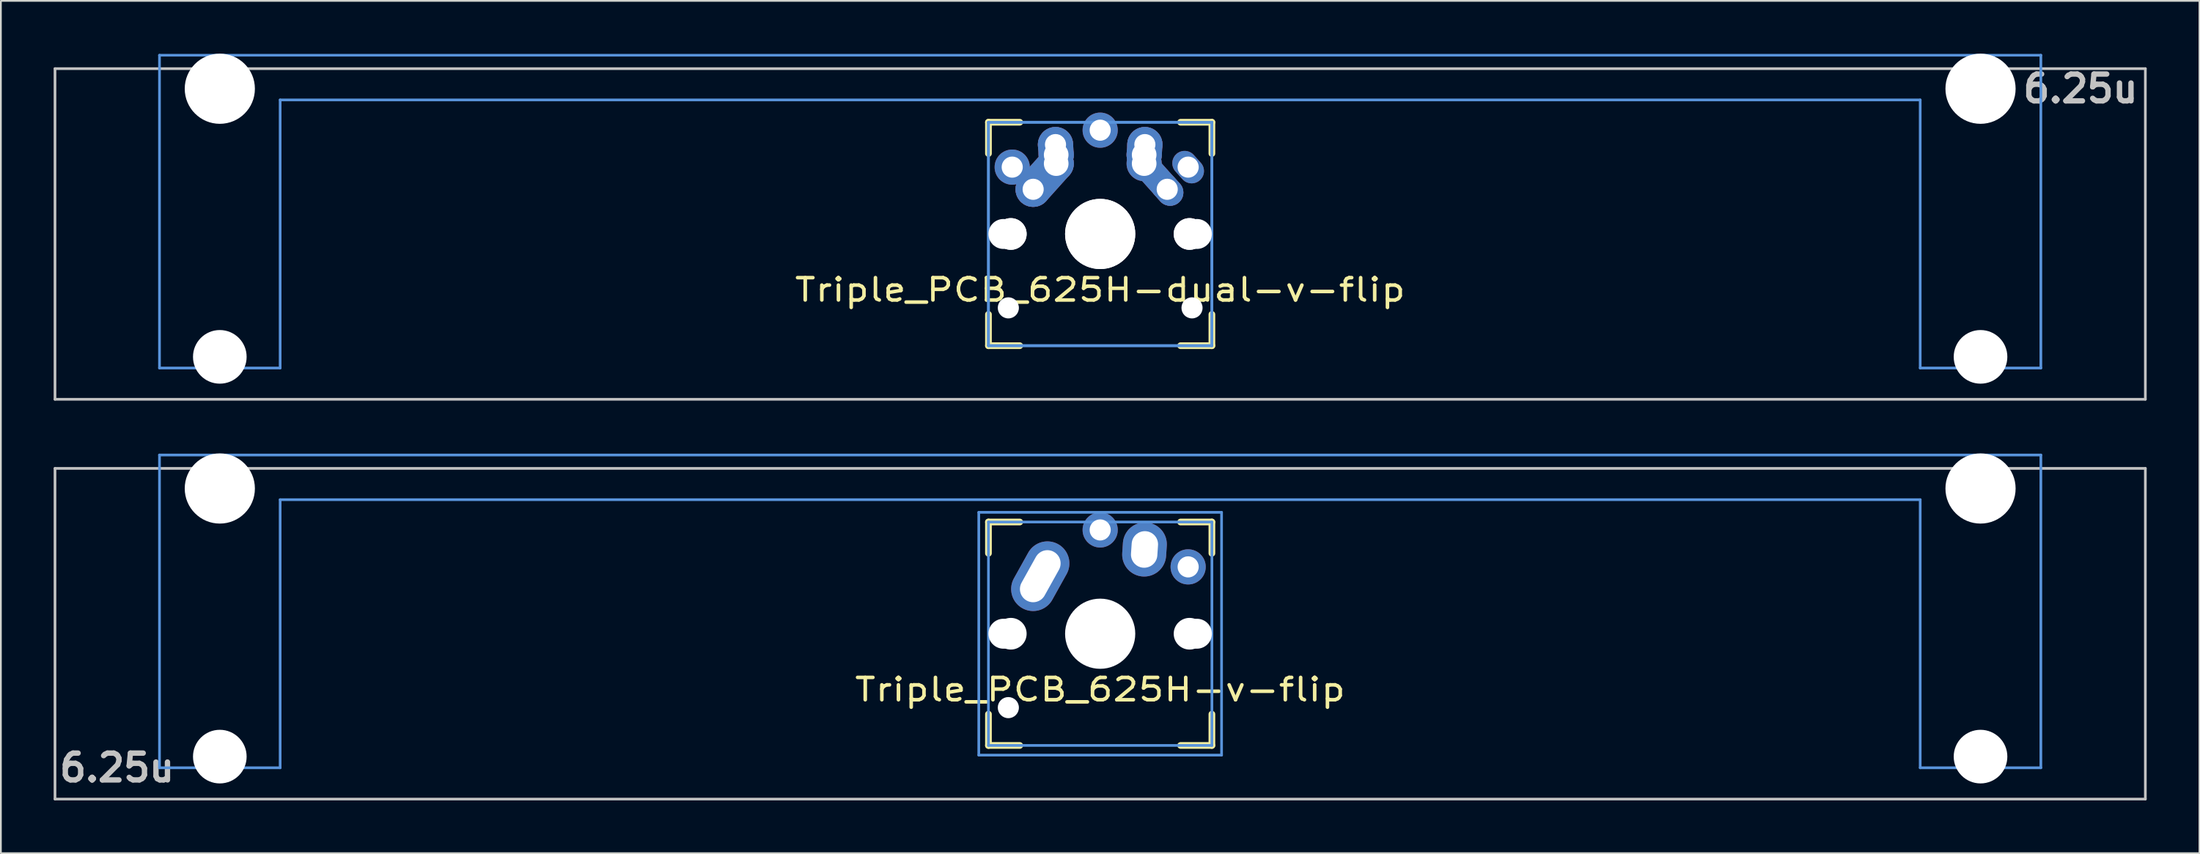
<source format=kicad_pcb>
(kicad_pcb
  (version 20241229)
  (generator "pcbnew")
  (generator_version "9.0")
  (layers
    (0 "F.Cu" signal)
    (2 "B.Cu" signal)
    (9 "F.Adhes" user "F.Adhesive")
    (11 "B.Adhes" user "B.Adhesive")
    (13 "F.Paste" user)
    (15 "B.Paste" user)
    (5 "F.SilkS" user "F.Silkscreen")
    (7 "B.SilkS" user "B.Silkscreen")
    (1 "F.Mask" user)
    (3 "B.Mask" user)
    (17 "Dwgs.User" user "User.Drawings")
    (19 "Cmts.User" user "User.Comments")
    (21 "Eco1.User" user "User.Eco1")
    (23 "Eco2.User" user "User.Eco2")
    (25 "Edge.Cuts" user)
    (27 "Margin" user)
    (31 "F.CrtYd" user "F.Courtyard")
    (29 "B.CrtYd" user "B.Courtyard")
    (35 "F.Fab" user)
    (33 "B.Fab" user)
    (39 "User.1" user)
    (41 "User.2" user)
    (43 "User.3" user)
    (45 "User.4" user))
  (footprint "Triple_PCB_625H-v-flip"
    (layer "F.Cu")
    (at 59.482 32.972)
    (property "Reference" "Triple_PCB_625H-v-flip" (at 0 3.175 0) (layer "F.SilkS") (effects (font (size 1.27 1.524) (thickness 0.203))))
    (attr through_hole)
    (fp_line (start -6.35 -6.35) (end -4.572 -6.35) (stroke (width 0.381) (type solid)) (layer "F.SilkS"))
    (fp_line (start -6.35 -4.572) (end -6.35 -6.35) (stroke (width 0.381) (type solid)) (layer "F.SilkS"))
    (fp_line (start -6.35 6.35) (end -6.35 4.572) (stroke (width 0.381) (type solid)) (layer "F.SilkS"))
    (fp_line (start -4.572 6.35) (end -6.35 6.35) (stroke (width 0.381) (type solid)) (layer "F.SilkS"))
    (fp_line (start 4.572 -6.35) (end 6.35 -6.35) (stroke (width 0.381) (type solid)) (layer "F.SilkS"))
    (fp_line (start 6.35 -6.35) (end 6.35 -4.572) (stroke (width 0.381) (type solid)) (layer "F.SilkS"))
    (fp_line (start 6.35 4.572) (end 6.35 6.35) (stroke (width 0.381) (type solid)) (layer "F.SilkS"))
    (fp_line (start 6.35 6.35) (end 4.572 6.35) (stroke (width 0.381) (type solid)) (layer "F.SilkS"))
    (fp_line (start -59.406 -9.398) (end 59.406 -9.398) (stroke (width 0.152) (type solid)) (layer "Dwgs.User"))
    (fp_line (start -59.406 9.398) (end -59.406 -9.398) (stroke (width 0.152) (type solid)) (layer "Dwgs.User"))
    (fp_line (start 59.406 -9.398) (end 59.406 9.398) (stroke (width 0.152) (type solid)) (layer "Dwgs.User"))
    (fp_line (start 59.406 9.398) (end -59.406 9.398) (stroke (width 0.152) (type solid)) (layer "Dwgs.User"))
    (fp_line (start -53.467 -10.16) (end -53.467 7.62) (stroke (width 0.152) (type solid)) (layer "Cmts.User"))
    (fp_line (start -53.467 7.62) (end -46.609 7.62) (stroke (width 0.152) (type solid)) (layer "Cmts.User"))
    (fp_line (start -46.609 -7.62) (end 46.609 -7.62) (stroke (width 0.152) (type solid)) (layer "Cmts.User"))
    (fp_line (start -46.609 7.62) (end -46.609 -7.62) (stroke (width 0.152) (type solid)) (layer "Cmts.User"))
    (fp_line (start -6.9 -6.9) (end 6.9 -6.9) (stroke (width 0.152) (type solid)) (layer "Cmts.User"))
    (fp_line (start -6.9 6.9) (end -6.9 -6.9) (stroke (width 0.152) (type solid)) (layer "Cmts.User"))
    (fp_line (start -6.35 -6.35) (end 6.35 -6.35) (stroke (width 0.152) (type solid)) (layer "Cmts.User"))
    (fp_line (start -6.35 6.35) (end -6.35 -6.35) (stroke (width 0.152) (type solid)) (layer "Cmts.User"))
    (fp_line (start 6.35 -6.35) (end 6.35 6.35) (stroke (width 0.152) (type solid)) (layer "Cmts.User"))
    (fp_line (start 6.35 6.35) (end -6.35 6.35) (stroke (width 0.152) (type solid)) (layer "Cmts.User"))
    (fp_line (start 6.9 -6.9) (end 6.9 6.9) (stroke (width 0.152) (type solid)) (layer "Cmts.User"))
    (fp_line (start 6.9 6.9) (end -6.9 6.9) (stroke (width 0.152) (type solid)) (layer "Cmts.User"))
    (fp_line (start 46.609 -7.62) (end 46.609 7.62) (stroke (width 0.152) (type solid)) (layer "Cmts.User"))
    (fp_line (start 46.609 7.62) (end 53.467 7.62) (stroke (width 0.152) (type solid)) (layer "Cmts.User"))
    (fp_line (start 53.467 -10.16) (end -53.467 -10.16) (stroke (width 0.152) (type solid)) (layer "Cmts.User"))
    (fp_line (start 53.467 7.62) (end 53.467 -10.16) (stroke (width 0.152) (type solid)) (layer "Cmts.User"))
    (fp_line (start -54.229 -0.508) (end -53.365 -0.508) (stroke (width 0.152) (type solid)) (layer "Eco2.User"))
    (fp_line (start -54.229 2.286) (end -54.229 -0.508) (stroke (width 0.152) (type solid)) (layer "Eco2.User"))
    (fp_line (start -53.365 -6.604) (end -52.324 -6.604) (stroke (width 0.152) (type solid)) (layer "Eco2.User"))
    (fp_line (start -53.365 -0.508) (end -53.365 -6.604) (stroke (width 0.152) (type solid)) (layer "Eco2.User"))
    (fp_line (start -53.365 2.286) (end -54.229 2.286) (stroke (width 0.152) (type solid)) (layer "Eco2.User"))
    (fp_line (start -53.365 5.69) (end -53.365 2.286) (stroke (width 0.152) (type solid)) (layer "Eco2.User"))
    (fp_line (start -52.324 -7.772) (end -47.752 -7.772) (stroke (width 0.152) (type solid)) (layer "Eco2.User"))
    (fp_line (start -52.324 -6.604) (end -52.324 -7.772) (stroke (width 0.152) (type solid)) (layer "Eco2.User"))
    (fp_line (start -47.752 -7.772) (end -47.752 -6.604) (stroke (width 0.152) (type solid)) (layer "Eco2.User"))
    (fp_line (start -47.752 -6.604) (end -46.711 -6.604) (stroke (width 0.152) (type solid)) (layer "Eco2.User"))
    (fp_line (start -46.711 -6.604) (end -46.711 -2.286) (stroke (width 0.152) (type solid)) (layer "Eco2.User"))
    (fp_line (start -46.711 -2.286) (end -6.985 -2.286) (stroke (width 0.152) (type solid)) (layer "Eco2.User"))
    (fp_line (start -46.711 2.286) (end -46.711 5.69) (stroke (width 0.152) (type solid)) (layer "Eco2.User"))
    (fp_line (start -46.711 5.69) (end -53.365 5.69) (stroke (width 0.152) (type solid)) (layer "Eco2.User"))
    (fp_line (start -7.5 -7.5) (end 7.5 -7.5) (stroke (width 0.152) (type solid)) (layer "Eco2.User"))
    (fp_line (start -7.5 7.5) (end -7.5 -7.5) (stroke (width 0.152) (type solid)) (layer "Eco2.User"))
    (fp_line (start -6.985 -6.985) (end 6.985 -6.985) (stroke (width 0.152) (type solid)) (layer "Eco2.User"))
    (fp_line (start -6.985 -2.286) (end -6.985 -6.985) (stroke (width 0.152) (type solid)) (layer "Eco2.User"))
    (fp_line (start -6.985 2.286) (end -46.711 2.286) (stroke (width 0.152) (type solid)) (layer "Eco2.User"))
    (fp_line (start -6.985 6.985) (end -6.985 2.286) (stroke (width 0.152) (type solid)) (layer "Eco2.User"))
    (fp_line (start 6.985 -6.985) (end 6.985 -2.286) (stroke (width 0.152) (type solid)) (layer "Eco2.User"))
    (fp_line (start 6.985 -2.286) (end 46.711 -2.286) (stroke (width 0.152) (type solid)) (layer "Eco2.User"))
    (fp_line (start 6.985 2.286) (end 6.985 6.985) (stroke (width 0.152) (type solid)) (layer "Eco2.User"))
    (fp_line (start 6.985 6.985) (end -6.985 6.985) (stroke (width 0.152) (type solid)) (layer "Eco2.User"))
    (fp_line (start 7.5 -7.5) (end 7.5 7.5) (stroke (width 0.152) (type solid)) (layer "Eco2.User"))
    (fp_line (start 7.5 7.5) (end -7.5 7.5) (stroke (width 0.152) (type solid)) (layer "Eco2.User"))
    (fp_line (start 46.711 -6.604) (end 47.752 -6.604) (stroke (width 0.152) (type solid)) (layer "Eco2.User"))
    (fp_line (start 46.711 -2.286) (end 46.711 -6.604) (stroke (width 0.152) (type solid)) (layer "Eco2.User"))
    (fp_line (start 46.711 2.286) (end 6.985 2.286) (stroke (width 0.152) (type solid)) (layer "Eco2.User"))
    (fp_line (start 46.711 5.69) (end 46.711 2.286) (stroke (width 0.152) (type solid)) (layer "Eco2.User"))
    (fp_line (start 47.752 -7.772) (end 52.324 -7.772) (stroke (width 0.152) (type solid)) (layer "Eco2.User"))
    (fp_line (start 47.752 -6.604) (end 47.752 -7.772) (stroke (width 0.152) (type solid)) (layer "Eco2.User"))
    (fp_line (start 52.324 -7.772) (end 52.324 -6.604) (stroke (width 0.152) (type solid)) (layer "Eco2.User"))
    (fp_line (start 52.324 -6.604) (end 53.365 -6.604) (stroke (width 0.152) (type solid)) (layer "Eco2.User"))
    (fp_line (start 53.365 -6.604) (end 53.365 -0.508) (stroke (width 0.152) (type solid)) (layer "Eco2.User"))
    (fp_line (start 53.365 -0.508) (end 54.229 -0.508) (stroke (width 0.152) (type solid)) (layer "Eco2.User"))
    (fp_line (start 53.365 2.286) (end 53.365 5.69) (stroke (width 0.152) (type solid)) (layer "Eco2.User"))
    (fp_line (start 53.365 5.69) (end 46.711 5.69) (stroke (width 0.152) (type solid)) (layer "Eco2.User"))
    (fp_line (start 54.229 -0.508) (end 54.229 2.286) (stroke (width 0.152) (type solid)) (layer "Eco2.User"))
    (fp_line (start 54.229 2.286) (end 53.365 2.286) (stroke (width 0.152) (type solid)) (layer "Eco2.User"))
    (fp_text user "6.25u" (at -55.88 7.62 180) (layer "Dwgs.User") (effects (font (size 1.524 1.524) (thickness 0.305))))
    (pad "" np_thru_hole circle (at -50.038 -8.255 180) (size 3.988 3.988) (drill 3.988) (layers "*.Cu"))
    (pad "" np_thru_hole circle (at -50.038 6.985 180) (size 3.048 3.048) (drill 3.048) (layers "*.Cu"))
    (pad "" np_thru_hole circle (at -5.5 0) (size 1.7 1.7) (drill 1.7) (layers "*.Cu"))
    (pad "" np_thru_hole circle (at -5.22 4.2) (size 1.2 1.2) (drill 1.2) (layers "*.Cu"))
    (pad "" np_thru_hole circle (at -5.08 0) (size 1.8 1.8) (drill 1.8) (layers "*.Cu"))
    (pad "" np_thru_hole circle (at 0 0) (size 3.4 3.4) (drill 3.4) (layers "*.Cu"))
    (pad "" np_thru_hole circle (at 0 0) (size 3.988 3.988) (drill 3.988) (layers "*.Cu"))
    (pad "" np_thru_hole circle (at 5.08 0) (size 1.8 1.8) (drill 1.8) (layers "*.Cu"))
    (pad "" np_thru_hole circle (at 5.5 0) (size 1.7 1.7) (drill 1.7) (layers "*.Cu"))
    (pad "" np_thru_hole circle (at 50.038 -8.255 180) (size 3.988 3.988) (drill 3.988) (layers "*.Cu"))
    (pad "" np_thru_hole circle (at 50.038 6.985 180) (size 3.048 3.048) (drill 3.048) (layers "*.Cu"))
    (pad "1" thru_hole oval (at -3.405 -3.27 330.9) (size 2.5 4.17) (drill oval 1.5 3.17) (layers "*.Cu" "*.Mask"))
    (pad "1" thru_hole circle (at 0 -5.9) (size 2 2) (drill 1.2) (layers "*.Cu" "*.Mask"))
    (pad "2" thru_hole oval (at 2.52 -4.79 356.1) (size 2.5 3.08) (drill oval 1.5 2.08) (layers "*.Cu" "*.Mask"))
    (pad "2" thru_hole circle (at 5 -3.8 221.9) (size 2 2) (drill 1.2) (layers "*.Cu" "*.Mask")))
  (footprint "Triple_PCB_625H-dual-v-flip"
    (layer "F.Cu")
    (at 59.482 10.249)
    (property "Reference" "Triple_PCB_625H-dual-v-flip" (at 0 3.175 0) (layer "F.SilkS") (effects (font (size 1.27 1.524) (thickness 0.203))))
    (attr through_hole)
    (fp_line (start -6.35 -6.35) (end -4.572 -6.35) (stroke (width 0.381) (type solid)) (layer "F.SilkS"))
    (fp_line (start -6.35 -4.572) (end -6.35 -6.35) (stroke (width 0.381) (type solid)) (layer "F.SilkS"))
    (fp_line (start -6.35 6.35) (end -6.35 4.572) (stroke (width 0.381) (type solid)) (layer "F.SilkS"))
    (fp_line (start -4.572 6.35) (end -6.35 6.35) (stroke (width 0.381) (type solid)) (layer "F.SilkS"))
    (fp_line (start 4.572 -6.35) (end 6.35 -6.35) (stroke (width 0.381) (type solid)) (layer "F.SilkS"))
    (fp_line (start 6.35 -6.35) (end 6.35 -4.572) (stroke (width 0.381) (type solid)) (layer "F.SilkS"))
    (fp_line (start 6.35 4.572) (end 6.35 6.35) (stroke (width 0.381) (type solid)) (layer "F.SilkS"))
    (fp_line (start 6.35 6.35) (end 4.572 6.35) (stroke (width 0.381) (type solid)) (layer "F.SilkS"))
    (fp_line (start -59.406 -9.398) (end 59.406 -9.398) (stroke (width 0.152) (type solid)) (layer "Dwgs.User"))
    (fp_line (start -59.406 9.398) (end -59.406 -9.398) (stroke (width 0.152) (type solid)) (layer "Dwgs.User"))
    (fp_line (start 59.406 -9.398) (end 59.406 9.398) (stroke (width 0.152) (type solid)) (layer "Dwgs.User"))
    (fp_line (start 59.406 9.398) (end -59.406 9.398) (stroke (width 0.152) (type solid)) (layer "Dwgs.User"))
    (fp_line (start -53.467 -10.16) (end -53.467 7.62) (stroke (width 0.152) (type solid)) (layer "Cmts.User"))
    (fp_line (start -53.467 7.62) (end -46.609 7.62) (stroke (width 0.152) (type solid)) (layer "Cmts.User"))
    (fp_line (start -46.609 -7.62) (end 46.609 -7.62) (stroke (width 0.152) (type solid)) (layer "Cmts.User"))
    (fp_line (start -46.609 7.62) (end -46.609 -7.62) (stroke (width 0.152) (type solid)) (layer "Cmts.User"))
    (fp_line (start -6.35 -6.35) (end 6.35 -6.35) (stroke (width 0.152) (type solid)) (layer "Cmts.User"))
    (fp_line (start -6.35 -6.35) (end 6.35 -6.35) (stroke (width 0.152) (type solid)) (layer "Cmts.User"))
    (fp_line (start -6.35 6.35) (end -6.35 -6.35) (stroke (width 0.152) (type solid)) (layer "Cmts.User"))
    (fp_line (start -6.35 6.35) (end -6.35 -6.35) (stroke (width 0.152) (type solid)) (layer "Cmts.User"))
    (fp_line (start 6.35 -6.35) (end 6.35 6.35) (stroke (width 0.152) (type solid)) (layer "Cmts.User"))
    (fp_line (start 6.35 -6.35) (end 6.35 6.35) (stroke (width 0.152) (type solid)) (layer "Cmts.User"))
    (fp_line (start 6.35 6.35) (end -6.35 6.35) (stroke (width 0.152) (type solid)) (layer "Cmts.User"))
    (fp_line (start 6.35 6.35) (end -6.35 6.35) (stroke (width 0.152) (type solid)) (layer "Cmts.User"))
    (fp_line (start 46.609 -7.62) (end 46.609 7.62) (stroke (width 0.152) (type solid)) (layer "Cmts.User"))
    (fp_line (start 46.609 7.62) (end 53.467 7.62) (stroke (width 0.152) (type solid)) (layer "Cmts.User"))
    (fp_line (start 53.467 -10.16) (end -53.467 -10.16) (stroke (width 0.152) (type solid)) (layer "Cmts.User"))
    (fp_line (start 53.467 7.62) (end 53.467 -10.16) (stroke (width 0.152) (type solid)) (layer "Cmts.User"))
    (fp_line (start -54.229 -0.508) (end -53.365 -0.508) (stroke (width 0.152) (type solid)) (layer "Eco2.User"))
    (fp_line (start -54.229 2.286) (end -54.229 -0.508) (stroke (width 0.152) (type solid)) (layer "Eco2.User"))
    (fp_line (start -53.365 -6.604) (end -52.324 -6.604) (stroke (width 0.152) (type solid)) (layer "Eco2.User"))
    (fp_line (start -53.365 -0.508) (end -53.365 -6.604) (stroke (width 0.152) (type solid)) (layer "Eco2.User"))
    (fp_line (start -53.365 2.286) (end -54.229 2.286) (stroke (width 0.152) (type solid)) (layer "Eco2.User"))
    (fp_line (start -53.365 5.69) (end -53.365 2.286) (stroke (width 0.152) (type solid)) (layer "Eco2.User"))
    (fp_line (start -52.324 -7.772) (end -47.752 -7.772) (stroke (width 0.152) (type solid)) (layer "Eco2.User"))
    (fp_line (start -52.324 -6.604) (end -52.324 -7.772) (stroke (width 0.152) (type solid)) (layer "Eco2.User"))
    (fp_line (start -47.752 -7.772) (end -47.752 -6.604) (stroke (width 0.152) (type solid)) (layer "Eco2.User"))
    (fp_line (start -47.752 -6.604) (end -46.711 -6.604) (stroke (width 0.152) (type solid)) (layer "Eco2.User"))
    (fp_line (start -46.711 -6.604) (end -46.711 -2.286) (stroke (width 0.152) (type solid)) (layer "Eco2.User"))
    (fp_line (start -46.711 -2.286) (end -6.985 -2.286) (stroke (width 0.152) (type solid)) (layer "Eco2.User"))
    (fp_line (start -46.711 2.286) (end -46.711 5.69) (stroke (width 0.152) (type solid)) (layer "Eco2.User"))
    (fp_line (start -46.711 5.69) (end -53.365 5.69) (stroke (width 0.152) (type solid)) (layer "Eco2.User"))
    (fp_line (start -7.5 -7.5) (end 7.5 -7.5) (stroke (width 0.152) (type solid)) (layer "Eco2.User"))
    (fp_line (start -7.5 7.5) (end -7.5 -7.5) (stroke (width 0.152) (type solid)) (layer "Eco2.User"))
    (fp_line (start -6.985 -6.985) (end 6.985 -6.985) (stroke (width 0.152) (type solid)) (layer "Eco2.User"))
    (fp_line (start -6.985 -6.985) (end 6.985 -6.985) (stroke (width 0.152) (type solid)) (layer "Eco2.User"))
    (fp_line (start -6.985 -2.286) (end -6.985 -6.985) (stroke (width 0.152) (type solid)) (layer "Eco2.User"))
    (fp_line (start -6.985 2.286) (end -46.711 2.286) (stroke (width 0.152) (type solid)) (layer "Eco2.User"))
    (fp_line (start -6.985 6.985) (end -6.985 -6.985) (stroke (width 0.152) (type solid)) (layer "Eco2.User"))
    (fp_line (start -6.985 6.985) (end -6.985 2.286) (stroke (width 0.152) (type solid)) (layer "Eco2.User"))
    (fp_line (start 6.985 -6.985) (end 6.985 -2.286) (stroke (width 0.152) (type solid)) (layer "Eco2.User"))
    (fp_line (start 6.985 -6.985) (end 6.985 6.985) (stroke (width 0.152) (type solid)) (layer "Eco2.User"))
    (fp_line (start 6.985 -2.286) (end 46.711 -2.286) (stroke (width 0.152) (type solid)) (layer "Eco2.User"))
    (fp_line (start 6.985 2.286) (end 6.985 6.985) (stroke (width 0.152) (type solid)) (layer "Eco2.User"))
    (fp_line (start 6.985 6.985) (end -6.985 6.985) (stroke (width 0.152) (type solid)) (layer "Eco2.User"))
    (fp_line (start 6.985 6.985) (end -6.985 6.985) (stroke (width 0.152) (type solid)) (layer "Eco2.User"))
    (fp_line (start 7.5 -7.5) (end 7.5 7.5) (stroke (width 0.152) (type solid)) (layer "Eco2.User"))
    (fp_line (start 7.5 7.5) (end -7.5 7.5) (stroke (width 0.152) (type solid)) (layer "Eco2.User"))
    (fp_line (start 46.711 -6.604) (end 47.752 -6.604) (stroke (width 0.152) (type solid)) (layer "Eco2.User"))
    (fp_line (start 46.711 -2.286) (end 46.711 -6.604) (stroke (width 0.152) (type solid)) (layer "Eco2.User"))
    (fp_line (start 46.711 2.286) (end 6.985 2.286) (stroke (width 0.152) (type solid)) (layer "Eco2.User"))
    (fp_line (start 46.711 5.69) (end 46.711 2.286) (stroke (width 0.152) (type solid)) (layer "Eco2.User"))
    (fp_line (start 47.752 -7.772) (end 52.324 -7.772) (stroke (width 0.152) (type solid)) (layer "Eco2.User"))
    (fp_line (start 47.752 -6.604) (end 47.752 -7.772) (stroke (width 0.152) (type solid)) (layer "Eco2.User"))
    (fp_line (start 52.324 -7.772) (end 52.324 -6.604) (stroke (width 0.152) (type solid)) (layer "Eco2.User"))
    (fp_line (start 52.324 -6.604) (end 53.365 -6.604) (stroke (width 0.152) (type solid)) (layer "Eco2.User"))
    (fp_line (start 53.365 -6.604) (end 53.365 -0.508) (stroke (width 0.152) (type solid)) (layer "Eco2.User"))
    (fp_line (start 53.365 -0.508) (end 54.229 -0.508) (stroke (width 0.152) (type solid)) (layer "Eco2.User"))
    (fp_line (start 53.365 2.286) (end 53.365 5.69) (stroke (width 0.152) (type solid)) (layer "Eco2.User"))
    (fp_line (start 53.365 5.69) (end 46.711 5.69) (stroke (width 0.152) (type solid)) (layer "Eco2.User"))
    (fp_line (start 54.229 -0.508) (end 54.229 2.286) (stroke (width 0.152) (type solid)) (layer "Eco2.User"))
    (fp_line (start 54.229 2.286) (end 53.365 2.286) (stroke (width 0.152) (type solid)) (layer "Eco2.User"))
    (fp_text user "6.25u" (at 55.723 -8.255 180) (layer "Dwgs.User") (effects (font (size 1.524 1.524) (thickness 0.305))))
    (pad "" np_thru_hole circle (at -50.038 -8.255 180) (size 3.988 3.988) (drill 3.988) (layers "*.Cu"))
    (pad "" np_thru_hole circle (at -50.038 6.985 180) (size 3.048 3.048) (drill 3.048) (layers "*.Cu"))
    (pad "" np_thru_hole circle (at -5.5 0) (size 1.7 1.7) (drill 1.7) (layers "*.Cu"))
    (pad "" np_thru_hole circle (at -5.22 4.2) (size 1.2 1.2) (drill 1.2) (layers "*.Cu"))
    (pad "" np_thru_hole circle (at -5.08 0) (size 1.8 1.8) (drill 1.8) (layers "*.Cu"))
    (pad "" np_thru_hole circle (at -5.08 0) (size 1.8 1.8) (drill 1.8) (layers "*.Cu"))
    (pad "" np_thru_hole circle (at 0 0) (size 3.988 3.988) (drill 3.988) (layers "*.Cu"))
    (pad "" np_thru_hole circle (at 0 0) (size 3.988 3.988) (drill 3.988) (layers "*.Cu"))
    (pad "" np_thru_hole circle (at 5.08 0) (size 1.8 1.8) (drill 1.8) (layers "*.Cu"))
    (pad "" np_thru_hole circle (at 5.08 0) (size 1.8 1.8) (drill 1.8) (layers "*.Cu"))
    (pad "" np_thru_hole circle (at 5.22 4.2) (size 1.2 1.2) (drill 1.2) (layers "*.Cu"))
    (pad "" np_thru_hole circle (at 5.5 0) (size 1.7 1.7) (drill 1.7) (layers "*.Cu"))
    (pad "" np_thru_hole circle (at 50.038 -8.255 180) (size 3.988 3.988) (drill 3.988) (layers "*.Cu"))
    (pad "" np_thru_hole circle (at 50.038 6.985 180) (size 3.048 3.048) (drill 3.048) (layers "*.Cu"))
    (pad "1" thru_hole circle (at -5 -3.8 138.1) (size 2 2) (drill 1.2) (layers "*.Cu" "*.Mask"))
    (pad "1" thru_hole circle (at -3.81 -2.54) (size 2 2) (drill oval 1.2) (layers "*.Cu" "*.Mask"))
    (pad "1" smd oval (at -3.155 -3.27 138.1) (size 2 3.962) (layers "F.Cu" "F.Mask" "F.Paste"))
    (pad "1" smd oval (at -3.155 -3.27 138.1) (size 2 3.962) (layers "B.Cu" "B.Mask" "B.Paste"))
    (pad "1" thru_hole circle (at -2.54 -5.08 330.95) (size 2 2) (drill 1.2) (layers "*.Cu" "*.Mask"))
    (pad "1" smd oval (at -2.52 -4.79 3.945) (size 2 2.581) (layers "F.Cu" "F.Mask" "F.Paste"))
    (pad "1" smd oval (at -2.52 -4.79 3.945) (size 2 2.581) (layers "B.Cu" "B.Mask" "B.Paste"))
    (pad "1" thru_hole circle (at -2.5 -4.5 330.95) (size 2 2) (drill 1.4) (layers "*.Cu" "*.Mask"))
    (pad "1" thru_hole circle (at -2.5 -4 330.95) (size 2 2) (drill 1.4) (layers "*.Cu" "*.Mask"))
    (pad "1" thru_hole oval (at 5 -3.8 221.9) (size 1.4 2) (drill 1.2) (layers "*.Cu" "*.Mask"))
    (pad "2" thru_hole circle (at 0 -5.9) (size 2 2) (drill 1.2) (layers "*.Cu" "*.Mask"))
    (pad "2" thru_hole circle (at 2.5 -4.5 330.95) (size 2 2) (drill 1.4) (layers "*.Cu" "*.Mask"))
    (pad "2" thru_hole circle (at 2.5 -4) (size 2 2) (drill 1.4) (layers "*.Cu" "*.Mask"))
    (pad "2" smd oval (at 2.52 -4.79 356.055) (size 2 2.581) (layers "F.Cu" "F.Mask" "F.Paste"))
    (pad "2" smd oval (at 2.52 -4.79 356.055) (size 2 2.581) (layers "B.Cu" "B.Mask" "B.Paste"))
    (pad "2" thru_hole circle (at 2.54 -5.08 330.95) (size 2 2) (drill 1.2) (layers "*.Cu" "*.Mask"))
    (pad "2" smd oval (at 3.155 -3.27 221.9) (size 1.5 3.962) (layers "F.Cu" "F.Mask" "F.Paste"))
    (pad "2" smd oval (at 3.155 -3.27 221.9) (size 1.5 3.962) (layers "B.Cu" "B.Mask" "B.Paste"))
    (pad "2" thru_hole oval (at 3.81 -2.54 311.9) (size 2 1.5) (drill 1.2) (layers "*.Cu" "*.Mask")))
  (gr_rect
    (start -3 -3)
    (end 121.963 45.446)
    (stroke (width 0.1) (type default))
    (fill no)
    (layer "Edge.Cuts")))
</source>
